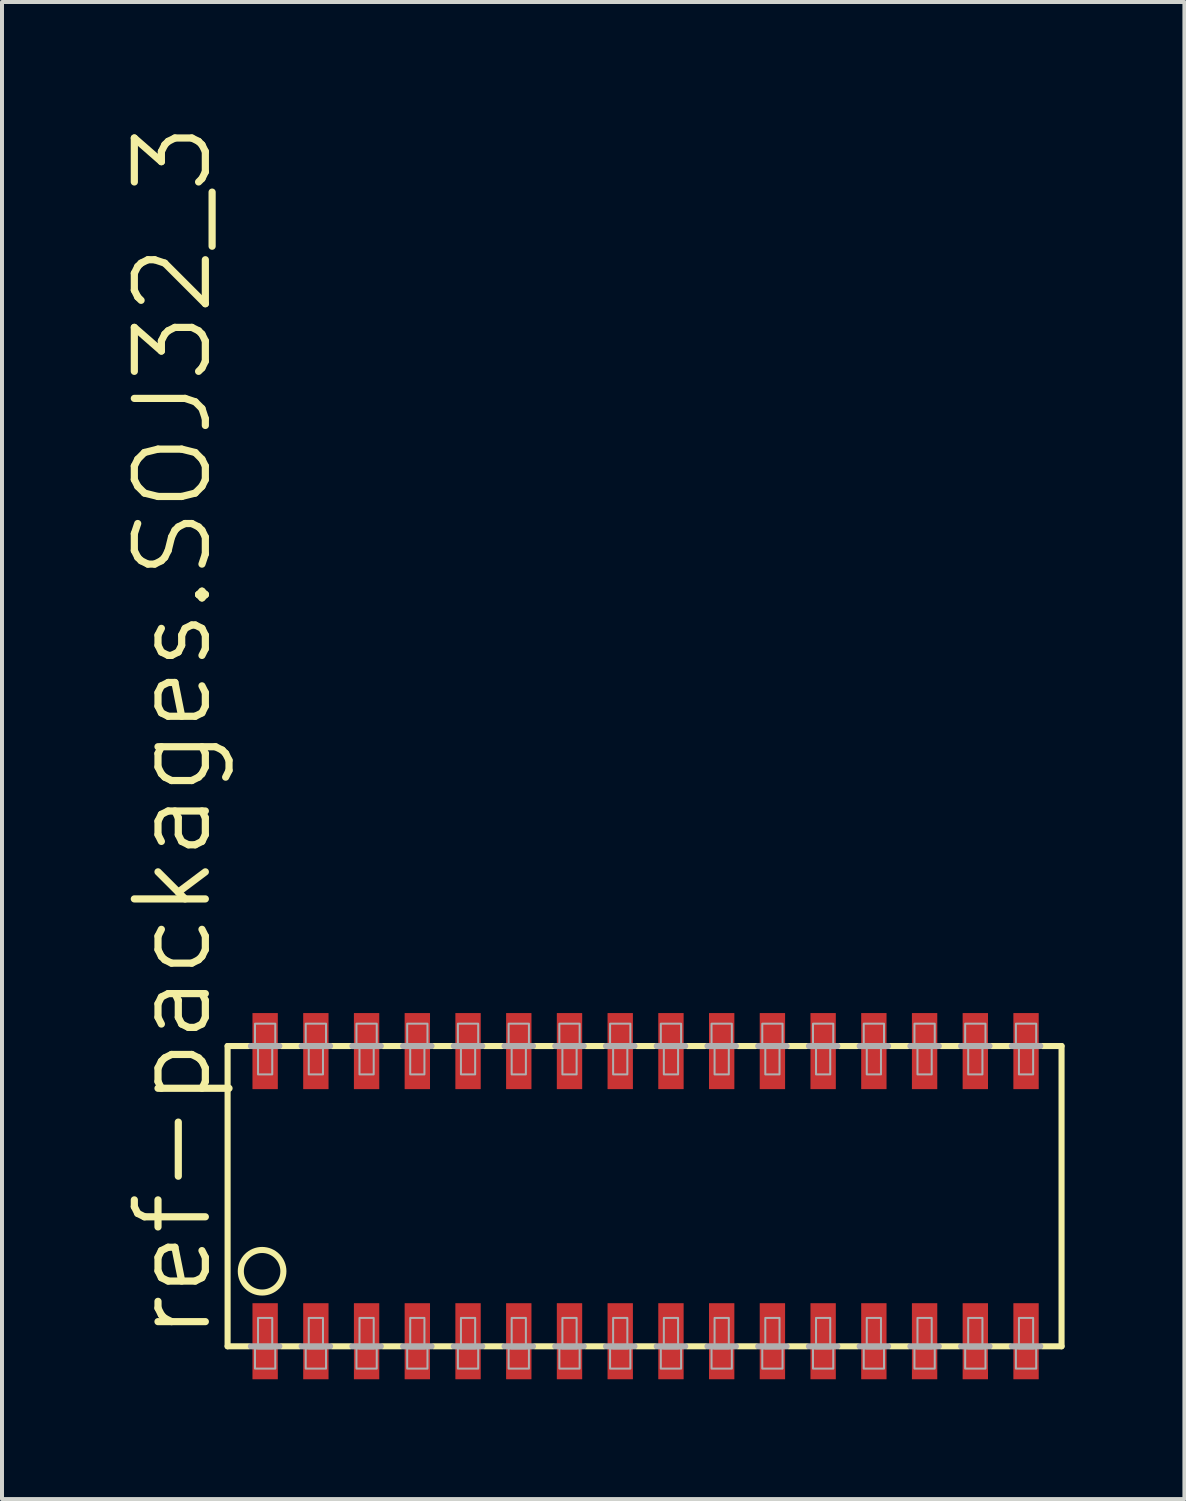
<source format=kicad_pcb>
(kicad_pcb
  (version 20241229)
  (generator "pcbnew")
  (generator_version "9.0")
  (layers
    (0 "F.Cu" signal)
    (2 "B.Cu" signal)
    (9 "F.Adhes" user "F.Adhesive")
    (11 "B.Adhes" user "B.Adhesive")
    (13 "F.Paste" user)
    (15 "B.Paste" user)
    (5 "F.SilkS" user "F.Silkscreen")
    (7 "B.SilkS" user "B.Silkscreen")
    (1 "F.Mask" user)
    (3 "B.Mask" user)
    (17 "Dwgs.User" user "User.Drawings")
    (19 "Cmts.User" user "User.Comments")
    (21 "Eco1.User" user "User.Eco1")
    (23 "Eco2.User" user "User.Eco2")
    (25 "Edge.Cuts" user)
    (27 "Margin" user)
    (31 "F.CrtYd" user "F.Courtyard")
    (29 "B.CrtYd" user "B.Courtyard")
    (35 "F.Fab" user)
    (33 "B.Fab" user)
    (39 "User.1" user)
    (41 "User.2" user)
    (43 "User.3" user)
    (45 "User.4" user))
  (footprint "ref-packages.SOJ32_3"
    (layer "F.Cu")
    (at 13.113 26.897)
    (property "Reference" "ref-packages.SOJ32_3" (at -10.795 3.683 90) (layer "F.SilkS") (effects (font (size 1.778 1.778) (thickness 0.18)) (justify left bottom)))
    (attr smd)
    (fp_line (start -10.465 -3.759) (end -10.465 3.759) (stroke (width 0.152) (type default)) (layer "F.SilkS"))
    (fp_line (start -10.465 -3.759) (end -9.931 -3.759) (stroke (width 0.152) (type default)) (layer "F.SilkS"))
    (fp_line (start -10.465 3.759) (end -9.931 3.759) (stroke (width 0.152) (type default)) (layer "F.SilkS"))
    (fp_line (start -9.119 -3.759) (end -8.661 -3.759) (stroke (width 0.152) (type default)) (layer "F.SilkS"))
    (fp_line (start -8.661 3.759) (end -9.119 3.759) (stroke (width 0.152) (type default)) (layer "F.SilkS"))
    (fp_line (start -7.849 -3.759) (end -7.391 -3.759) (stroke (width 0.152) (type default)) (layer "F.SilkS"))
    (fp_line (start -7.391 3.759) (end -7.849 3.759) (stroke (width 0.152) (type default)) (layer "F.SilkS"))
    (fp_line (start -6.579 -3.759) (end -6.121 -3.759) (stroke (width 0.152) (type default)) (layer "F.SilkS"))
    (fp_line (start -6.121 3.759) (end -6.579 3.759) (stroke (width 0.152) (type default)) (layer "F.SilkS"))
    (fp_line (start -5.309 -3.759) (end -4.851 -3.759) (stroke (width 0.152) (type default)) (layer "F.SilkS"))
    (fp_line (start -4.851 3.759) (end -5.309 3.759) (stroke (width 0.152) (type default)) (layer "F.SilkS"))
    (fp_line (start -4.039 -3.759) (end -3.581 -3.759) (stroke (width 0.152) (type default)) (layer "F.SilkS"))
    (fp_line (start -3.581 3.759) (end -4.039 3.759) (stroke (width 0.152) (type default)) (layer "F.SilkS"))
    (fp_line (start -2.769 -3.759) (end -2.311 -3.759) (stroke (width 0.152) (type default)) (layer "F.SilkS"))
    (fp_line (start -2.311 3.759) (end -2.769 3.759) (stroke (width 0.152) (type default)) (layer "F.SilkS"))
    (fp_line (start -1.499 -3.759) (end -1.041 -3.759) (stroke (width 0.152) (type default)) (layer "F.SilkS"))
    (fp_line (start -1.041 3.759) (end -1.499 3.759) (stroke (width 0.152) (type default)) (layer "F.SilkS"))
    (fp_line (start -0.229 -3.759) (end 0.229 -3.759) (stroke (width 0.152) (type default)) (layer "F.SilkS"))
    (fp_line (start 0.229 3.759) (end -0.229 3.759) (stroke (width 0.152) (type default)) (layer "F.SilkS"))
    (fp_line (start 1.041 -3.759) (end 1.499 -3.759) (stroke (width 0.152) (type default)) (layer "F.SilkS"))
    (fp_line (start 1.499 3.759) (end 1.041 3.759) (stroke (width 0.152) (type default)) (layer "F.SilkS"))
    (fp_line (start 2.311 -3.759) (end 2.769 -3.759) (stroke (width 0.152) (type default)) (layer "F.SilkS"))
    (fp_line (start 2.769 3.759) (end 2.311 3.759) (stroke (width 0.152) (type default)) (layer "F.SilkS"))
    (fp_line (start 3.581 -3.759) (end 4.039 -3.759) (stroke (width 0.152) (type default)) (layer "F.SilkS"))
    (fp_line (start 4.039 3.759) (end 3.581 3.759) (stroke (width 0.152) (type default)) (layer "F.SilkS"))
    (fp_line (start 4.851 -3.759) (end 5.309 -3.759) (stroke (width 0.152) (type default)) (layer "F.SilkS"))
    (fp_line (start 5.309 3.759) (end 4.851 3.759) (stroke (width 0.152) (type default)) (layer "F.SilkS"))
    (fp_line (start 6.121 -3.759) (end 6.579 -3.759) (stroke (width 0.152) (type default)) (layer "F.SilkS"))
    (fp_line (start 6.579 3.759) (end 6.121 3.759) (stroke (width 0.152) (type default)) (layer "F.SilkS"))
    (fp_line (start 7.391 -3.759) (end 7.849 -3.759) (stroke (width 0.152) (type default)) (layer "F.SilkS"))
    (fp_line (start 7.849 3.759) (end 7.391 3.759) (stroke (width 0.152) (type default)) (layer "F.SilkS"))
    (fp_line (start 8.661 -3.759) (end 9.119 -3.759) (stroke (width 0.152) (type default)) (layer "F.SilkS"))
    (fp_line (start 9.119 3.759) (end 8.661 3.759) (stroke (width 0.152) (type default)) (layer "F.SilkS"))
    (fp_line (start 10.414 -3.759) (end 9.931 -3.759) (stroke (width 0.152) (type default)) (layer "F.SilkS"))
    (fp_line (start 10.414 3.759) (end 9.931 3.759) (stroke (width 0.152) (type default)) (layer "F.SilkS"))
    (fp_line (start 10.414 3.759) (end 10.414 -3.759) (stroke (width 0.152) (type default)) (layer "F.SilkS"))
    (fp_circle (center -9.601 1.88) (end -9.068 1.88) (stroke (width 0.152) (type default)) (fill no) (layer "F.SilkS"))
    (fp_line (start -9.881 -3.759) (end -9.169 -3.759) (stroke (width 0.152) (type default)) (layer "F.Fab"))
    (fp_line (start -9.881 3.759) (end -9.169 3.759) (stroke (width 0.152) (type default)) (layer "F.Fab"))
    (fp_line (start -8.611 -3.759) (end -7.899 -3.759) (stroke (width 0.152) (type default)) (layer "F.Fab"))
    (fp_line (start -7.899 3.759) (end -8.611 3.759) (stroke (width 0.152) (type default)) (layer "F.Fab"))
    (fp_line (start -7.341 -3.759) (end -6.629 -3.759) (stroke (width 0.152) (type default)) (layer "F.Fab"))
    (fp_line (start -6.629 3.759) (end -7.341 3.759) (stroke (width 0.152) (type default)) (layer "F.Fab"))
    (fp_line (start -6.071 -3.759) (end -5.359 -3.759) (stroke (width 0.152) (type default)) (layer "F.Fab"))
    (fp_line (start -5.359 3.759) (end -6.071 3.759) (stroke (width 0.152) (type default)) (layer "F.Fab"))
    (fp_line (start -4.801 -3.759) (end -4.089 -3.759) (stroke (width 0.152) (type default)) (layer "F.Fab"))
    (fp_line (start -4.089 3.759) (end -4.801 3.759) (stroke (width 0.152) (type default)) (layer "F.Fab"))
    (fp_line (start -3.531 -3.759) (end -2.819 -3.759) (stroke (width 0.152) (type default)) (layer "F.Fab"))
    (fp_line (start -2.819 3.759) (end -3.531 3.759) (stroke (width 0.152) (type default)) (layer "F.Fab"))
    (fp_line (start -2.261 -3.759) (end -1.549 -3.759) (stroke (width 0.152) (type default)) (layer "F.Fab"))
    (fp_line (start -1.549 3.759) (end -2.261 3.759) (stroke (width 0.152) (type default)) (layer "F.Fab"))
    (fp_line (start -0.991 -3.759) (end -0.279 -3.759) (stroke (width 0.152) (type default)) (layer "F.Fab"))
    (fp_line (start -0.279 3.759) (end -0.991 3.759) (stroke (width 0.152) (type default)) (layer "F.Fab"))
    (fp_line (start 0.279 -3.759) (end 0.991 -3.759) (stroke (width 0.152) (type default)) (layer "F.Fab"))
    (fp_line (start 0.991 3.759) (end 0.279 3.759) (stroke (width 0.152) (type default)) (layer "F.Fab"))
    (fp_line (start 1.549 -3.759) (end 2.261 -3.759) (stroke (width 0.152) (type default)) (layer "F.Fab"))
    (fp_line (start 2.261 3.759) (end 1.549 3.759) (stroke (width 0.152) (type default)) (layer "F.Fab"))
    (fp_line (start 2.819 -3.759) (end 3.531 -3.759) (stroke (width 0.152) (type default)) (layer "F.Fab"))
    (fp_line (start 3.531 3.759) (end 2.819 3.759) (stroke (width 0.152) (type default)) (layer "F.Fab"))
    (fp_line (start 4.089 -3.759) (end 4.801 -3.759) (stroke (width 0.152) (type default)) (layer "F.Fab"))
    (fp_line (start 4.801 3.759) (end 4.089 3.759) (stroke (width 0.152) (type default)) (layer "F.Fab"))
    (fp_line (start 5.359 -3.759) (end 6.071 -3.759) (stroke (width 0.152) (type default)) (layer "F.Fab"))
    (fp_line (start 6.071 3.759) (end 5.359 3.759) (stroke (width 0.152) (type default)) (layer "F.Fab"))
    (fp_line (start 6.629 -3.759) (end 7.341 -3.759) (stroke (width 0.152) (type default)) (layer "F.Fab"))
    (fp_line (start 7.341 3.759) (end 6.629 3.759) (stroke (width 0.152) (type default)) (layer "F.Fab"))
    (fp_line (start 7.899 -3.759) (end 8.611 -3.759) (stroke (width 0.152) (type default)) (layer "F.Fab"))
    (fp_line (start 8.611 3.759) (end 7.899 3.759) (stroke (width 0.152) (type default)) (layer "F.Fab"))
    (fp_line (start 9.881 -3.759) (end 9.169 -3.759) (stroke (width 0.152) (type default)) (layer "F.Fab"))
    (fp_line (start 9.881 3.759) (end 9.169 3.759) (stroke (width 0.152) (type default)) (layer "F.Fab"))
    (fp_rect (start -9.779 -3.81) (end -9.271 -4.318) (stroke (width 0.05) (type default)) (fill no) (layer "F.Fab"))
    (fp_rect (start -9.779 4.318) (end -9.271 3.81) (stroke (width 0.05) (type default)) (fill no) (layer "F.Fab"))
    (fp_rect (start -9.703 -3.048) (end -9.347 -3.81) (stroke (width 0.05) (type default)) (fill no) (layer "F.Fab"))
    (fp_rect (start -9.703 3.81) (end -9.347 3.048) (stroke (width 0.05) (type default)) (fill no) (layer "F.Fab"))
    (fp_rect (start -8.509 -3.81) (end -8.001 -4.318) (stroke (width 0.05) (type default)) (fill no) (layer "F.Fab"))
    (fp_rect (start -8.509 4.318) (end -8.001 3.81) (stroke (width 0.05) (type default)) (fill no) (layer "F.Fab"))
    (fp_rect (start -8.433 -3.048) (end -8.077 -3.81) (stroke (width 0.05) (type default)) (fill no) (layer "F.Fab"))
    (fp_rect (start -8.433 3.81) (end -8.077 3.048) (stroke (width 0.05) (type default)) (fill no) (layer "F.Fab"))
    (fp_rect (start -7.239 -3.81) (end -6.731 -4.318) (stroke (width 0.05) (type default)) (fill no) (layer "F.Fab"))
    (fp_rect (start -7.239 4.318) (end -6.731 3.81) (stroke (width 0.05) (type default)) (fill no) (layer "F.Fab"))
    (fp_rect (start -7.163 -3.048) (end -6.807 -3.81) (stroke (width 0.05) (type default)) (fill no) (layer "F.Fab"))
    (fp_rect (start -7.163 3.81) (end -6.807 3.048) (stroke (width 0.05) (type default)) (fill no) (layer "F.Fab"))
    (fp_rect (start -5.969 -3.81) (end -5.461 -4.318) (stroke (width 0.05) (type default)) (fill no) (layer "F.Fab"))
    (fp_rect (start -5.969 4.318) (end -5.461 3.81) (stroke (width 0.05) (type default)) (fill no) (layer "F.Fab"))
    (fp_rect (start -5.893 -3.048) (end -5.537 -3.81) (stroke (width 0.05) (type default)) (fill no) (layer "F.Fab"))
    (fp_rect (start -5.893 3.81) (end -5.537 3.048) (stroke (width 0.05) (type default)) (fill no) (layer "F.Fab"))
    (fp_rect (start -4.699 -3.81) (end -4.191 -4.318) (stroke (width 0.05) (type default)) (fill no) (layer "F.Fab"))
    (fp_rect (start -4.699 4.318) (end -4.191 3.81) (stroke (width 0.05) (type default)) (fill no) (layer "F.Fab"))
    (fp_rect (start -4.623 -3.048) (end -4.267 -3.81) (stroke (width 0.05) (type default)) (fill no) (layer "F.Fab"))
    (fp_rect (start -4.623 3.81) (end -4.267 3.048) (stroke (width 0.05) (type default)) (fill no) (layer "F.Fab"))
    (fp_rect (start -3.429 -3.81) (end -2.921 -4.318) (stroke (width 0.05) (type default)) (fill no) (layer "F.Fab"))
    (fp_rect (start -3.429 4.318) (end -2.921 3.81) (stroke (width 0.05) (type default)) (fill no) (layer "F.Fab"))
    (fp_rect (start -3.353 -3.048) (end -2.997 -3.81) (stroke (width 0.05) (type default)) (fill no) (layer "F.Fab"))
    (fp_rect (start -3.353 3.81) (end -2.997 3.048) (stroke (width 0.05) (type default)) (fill no) (layer "F.Fab"))
    (fp_rect (start -2.159 -3.81) (end -1.651 -4.318) (stroke (width 0.05) (type default)) (fill no) (layer "F.Fab"))
    (fp_rect (start -2.159 4.318) (end -1.651 3.81) (stroke (width 0.05) (type default)) (fill no) (layer "F.Fab"))
    (fp_rect (start -2.083 -3.048) (end -1.727 -3.81) (stroke (width 0.05) (type default)) (fill no) (layer "F.Fab"))
    (fp_rect (start -2.083 3.81) (end -1.727 3.048) (stroke (width 0.05) (type default)) (fill no) (layer "F.Fab"))
    (fp_rect (start -0.889 -3.81) (end -0.381 -4.318) (stroke (width 0.05) (type default)) (fill no) (layer "F.Fab"))
    (fp_rect (start -0.889 4.318) (end -0.381 3.81) (stroke (width 0.05) (type default)) (fill no) (layer "F.Fab"))
    (fp_rect (start -0.813 -3.048) (end -0.457 -3.81) (stroke (width 0.05) (type default)) (fill no) (layer "F.Fab"))
    (fp_rect (start -0.813 3.81) (end -0.457 3.048) (stroke (width 0.05) (type default)) (fill no) (layer "F.Fab"))
    (fp_rect (start 0.381 -3.81) (end 0.889 -4.318) (stroke (width 0.05) (type default)) (fill no) (layer "F.Fab"))
    (fp_rect (start 0.381 4.318) (end 0.889 3.81) (stroke (width 0.05) (type default)) (fill no) (layer "F.Fab"))
    (fp_rect (start 0.457 -3.048) (end 0.813 -3.81) (stroke (width 0.05) (type default)) (fill no) (layer "F.Fab"))
    (fp_rect (start 0.457 3.81) (end 0.813 3.048) (stroke (width 0.05) (type default)) (fill no) (layer "F.Fab"))
    (fp_rect (start 1.651 -3.81) (end 2.159 -4.318) (stroke (width 0.05) (type default)) (fill no) (layer "F.Fab"))
    (fp_rect (start 1.651 4.318) (end 2.159 3.81) (stroke (width 0.05) (type default)) (fill no) (layer "F.Fab"))
    (fp_rect (start 1.727 -3.048) (end 2.083 -3.81) (stroke (width 0.05) (type default)) (fill no) (layer "F.Fab"))
    (fp_rect (start 1.727 3.81) (end 2.083 3.048) (stroke (width 0.05) (type default)) (fill no) (layer "F.Fab"))
    (fp_rect (start 2.921 -3.81) (end 3.429 -4.318) (stroke (width 0.05) (type default)) (fill no) (layer "F.Fab"))
    (fp_rect (start 2.921 4.318) (end 3.429 3.81) (stroke (width 0.05) (type default)) (fill no) (layer "F.Fab"))
    (fp_rect (start 2.997 -3.048) (end 3.353 -3.81) (stroke (width 0.05) (type default)) (fill no) (layer "F.Fab"))
    (fp_rect (start 2.997 3.81) (end 3.353 3.048) (stroke (width 0.05) (type default)) (fill no) (layer "F.Fab"))
    (fp_rect (start 4.191 -3.81) (end 4.699 -4.318) (stroke (width 0.05) (type default)) (fill no) (layer "F.Fab"))
    (fp_rect (start 4.191 4.318) (end 4.699 3.81) (stroke (width 0.05) (type default)) (fill no) (layer "F.Fab"))
    (fp_rect (start 4.267 -3.048) (end 4.623 -3.81) (stroke (width 0.05) (type default)) (fill no) (layer "F.Fab"))
    (fp_rect (start 4.267 3.81) (end 4.623 3.048) (stroke (width 0.05) (type default)) (fill no) (layer "F.Fab"))
    (fp_rect (start 5.461 -3.81) (end 5.969 -4.318) (stroke (width 0.05) (type default)) (fill no) (layer "F.Fab"))
    (fp_rect (start 5.461 4.318) (end 5.969 3.81) (stroke (width 0.05) (type default)) (fill no) (layer "F.Fab"))
    (fp_rect (start 5.537 -3.048) (end 5.893 -3.81) (stroke (width 0.05) (type default)) (fill no) (layer "F.Fab"))
    (fp_rect (start 5.537 3.81) (end 5.893 3.048) (stroke (width 0.05) (type default)) (fill no) (layer "F.Fab"))
    (fp_rect (start 6.731 -3.81) (end 7.239 -4.318) (stroke (width 0.05) (type default)) (fill no) (layer "F.Fab"))
    (fp_rect (start 6.731 4.318) (end 7.239 3.81) (stroke (width 0.05) (type default)) (fill no) (layer "F.Fab"))
    (fp_rect (start 6.807 -3.048) (end 7.163 -3.81) (stroke (width 0.05) (type default)) (fill no) (layer "F.Fab"))
    (fp_rect (start 6.807 3.81) (end 7.163 3.048) (stroke (width 0.05) (type default)) (fill no) (layer "F.Fab"))
    (fp_rect (start 8.001 -3.81) (end 8.509 -4.318) (stroke (width 0.05) (type default)) (fill no) (layer "F.Fab"))
    (fp_rect (start 8.001 4.318) (end 8.509 3.81) (stroke (width 0.05) (type default)) (fill no) (layer "F.Fab"))
    (fp_rect (start 8.077 -3.048) (end 8.433 -3.81) (stroke (width 0.05) (type default)) (fill no) (layer "F.Fab"))
    (fp_rect (start 8.077 3.81) (end 8.433 3.048) (stroke (width 0.05) (type default)) (fill no) (layer "F.Fab"))
    (fp_rect (start 9.271 -3.81) (end 9.779 -4.318) (stroke (width 0.05) (type default)) (fill no) (layer "F.Fab"))
    (fp_rect (start 9.271 4.318) (end 9.779 3.81) (stroke (width 0.05) (type default)) (fill no) (layer "F.Fab"))
    (fp_rect (start 9.347 -3.048) (end 9.703 -3.81) (stroke (width 0.05) (type default)) (fill no) (layer "F.Fab"))
    (fp_rect (start 9.347 3.81) (end 9.703 3.048) (stroke (width 0.05) (type default)) (fill no) (layer "F.Fab"))
    (pad "1" smd roundrect (at -9.525 3.632) (size 0.635 1.905) (layers "F.Cu" "F.Mask" "F.Paste") (roundrect_rratio 0.01))
    (pad "2" smd roundrect (at -8.255 3.632) (size 0.635 1.905) (layers "F.Cu" "F.Mask" "F.Paste") (roundrect_rratio 0.01))
    (pad "3" smd roundrect (at -6.985 3.632) (size 0.635 1.905) (layers "F.Cu" "F.Mask" "F.Paste") (roundrect_rratio 0.01))
    (pad "4" smd roundrect (at -5.715 3.632) (size 0.635 1.905) (layers "F.Cu" "F.Mask" "F.Paste") (roundrect_rratio 0.01))
    (pad "5" smd roundrect (at -4.445 3.632) (size 0.635 1.905) (layers "F.Cu" "F.Mask" "F.Paste") (roundrect_rratio 0.01))
    (pad "6" smd roundrect (at -3.175 3.632) (size 0.635 1.905) (layers "F.Cu" "F.Mask" "F.Paste") (roundrect_rratio 0.01))
    (pad "7" smd roundrect (at -1.905 3.632) (size 0.635 1.905) (layers "F.Cu" "F.Mask" "F.Paste") (roundrect_rratio 0.01))
    (pad "8" smd roundrect (at -0.635 3.632) (size 0.635 1.905) (layers "F.Cu" "F.Mask" "F.Paste") (roundrect_rratio 0.01))
    (pad "9" smd roundrect (at 0.635 3.632) (size 0.635 1.905) (layers "F.Cu" "F.Mask" "F.Paste") (roundrect_rratio 0.01))
    (pad "10" smd roundrect (at 1.905 3.632) (size 0.635 1.905) (layers "F.Cu" "F.Mask" "F.Paste") (roundrect_rratio 0.01))
    (pad "11" smd roundrect (at 3.175 3.632) (size 0.635 1.905) (layers "F.Cu" "F.Mask" "F.Paste") (roundrect_rratio 0.01))
    (pad "12" smd roundrect (at 4.445 3.632) (size 0.635 1.905) (layers "F.Cu" "F.Mask" "F.Paste") (roundrect_rratio 0.01))
    (pad "13" smd roundrect (at 5.715 3.632) (size 0.635 1.905) (layers "F.Cu" "F.Mask" "F.Paste") (roundrect_rratio 0.01))
    (pad "14" smd roundrect (at 6.985 3.632) (size 0.635 1.905) (layers "F.Cu" "F.Mask" "F.Paste") (roundrect_rratio 0.01))
    (pad "15" smd roundrect (at 8.255 3.632) (size 0.635 1.905) (layers "F.Cu" "F.Mask" "F.Paste") (roundrect_rratio 0.01))
    (pad "16" smd roundrect (at 9.525 3.632) (size 0.635 1.905) (layers "F.Cu" "F.Mask" "F.Paste") (roundrect_rratio 0.01))
    (pad "17" smd roundrect (at 9.525 -3.632) (size 0.635 1.905) (layers "F.Cu" "F.Mask" "F.Paste") (roundrect_rratio 0.01))
    (pad "18" smd roundrect (at 8.255 -3.632) (size 0.635 1.905) (layers "F.Cu" "F.Mask" "F.Paste") (roundrect_rratio 0.01))
    (pad "19" smd roundrect (at 6.985 -3.632) (size 0.635 1.905) (layers "F.Cu" "F.Mask" "F.Paste") (roundrect_rratio 0.01))
    (pad "20" smd roundrect (at 5.715 -3.632) (size 0.635 1.905) (layers "F.Cu" "F.Mask" "F.Paste") (roundrect_rratio 0.01))
    (pad "21" smd roundrect (at 4.445 -3.632) (size 0.635 1.905) (layers "F.Cu" "F.Mask" "F.Paste") (roundrect_rratio 0.01))
    (pad "22" smd roundrect (at 3.175 -3.632) (size 0.635 1.905) (layers "F.Cu" "F.Mask" "F.Paste") (roundrect_rratio 0.01))
    (pad "23" smd roundrect (at 1.905 -3.632) (size 0.635 1.905) (layers "F.Cu" "F.Mask" "F.Paste") (roundrect_rratio 0.01))
    (pad "24" smd roundrect (at 0.635 -3.632) (size 0.635 1.905) (layers "F.Cu" "F.Mask" "F.Paste") (roundrect_rratio 0.01))
    (pad "25" smd roundrect (at -0.635 -3.632) (size 0.635 1.905) (layers "F.Cu" "F.Mask" "F.Paste") (roundrect_rratio 0.01))
    (pad "26" smd roundrect (at -1.905 -3.632) (size 0.635 1.905) (layers "F.Cu" "F.Mask" "F.Paste") (roundrect_rratio 0.01))
    (pad "27" smd roundrect (at -3.175 -3.632) (size 0.635 1.905) (layers "F.Cu" "F.Mask" "F.Paste") (roundrect_rratio 0.01))
    (pad "28" smd roundrect (at -4.445 -3.632) (size 0.635 1.905) (layers "F.Cu" "F.Mask" "F.Paste") (roundrect_rratio 0.01))
    (pad "29" smd roundrect (at -5.715 -3.632) (size 0.635 1.905) (layers "F.Cu" "F.Mask" "F.Paste") (roundrect_rratio 0.01))
    (pad "30" smd roundrect (at -6.985 -3.632) (size 0.635 1.905) (layers "F.Cu" "F.Mask" "F.Paste") (roundrect_rratio 0.01))
    (pad "31" smd roundrect (at -8.255 -3.632) (size 0.635 1.905) (layers "F.Cu" "F.Mask" "F.Paste") (roundrect_rratio 0.01))
    (pad "32" smd roundrect (at -9.525 -3.632) (size 0.635 1.905) (layers "F.Cu" "F.Mask" "F.Paste") (roundrect_rratio 0.01)))
  (gr_rect
    (start -3 -3)
    (end 26.603 34.481)
    (stroke (width 0.1) (type default))
    (fill no)
    (layer "Edge.Cuts")))
</source>
